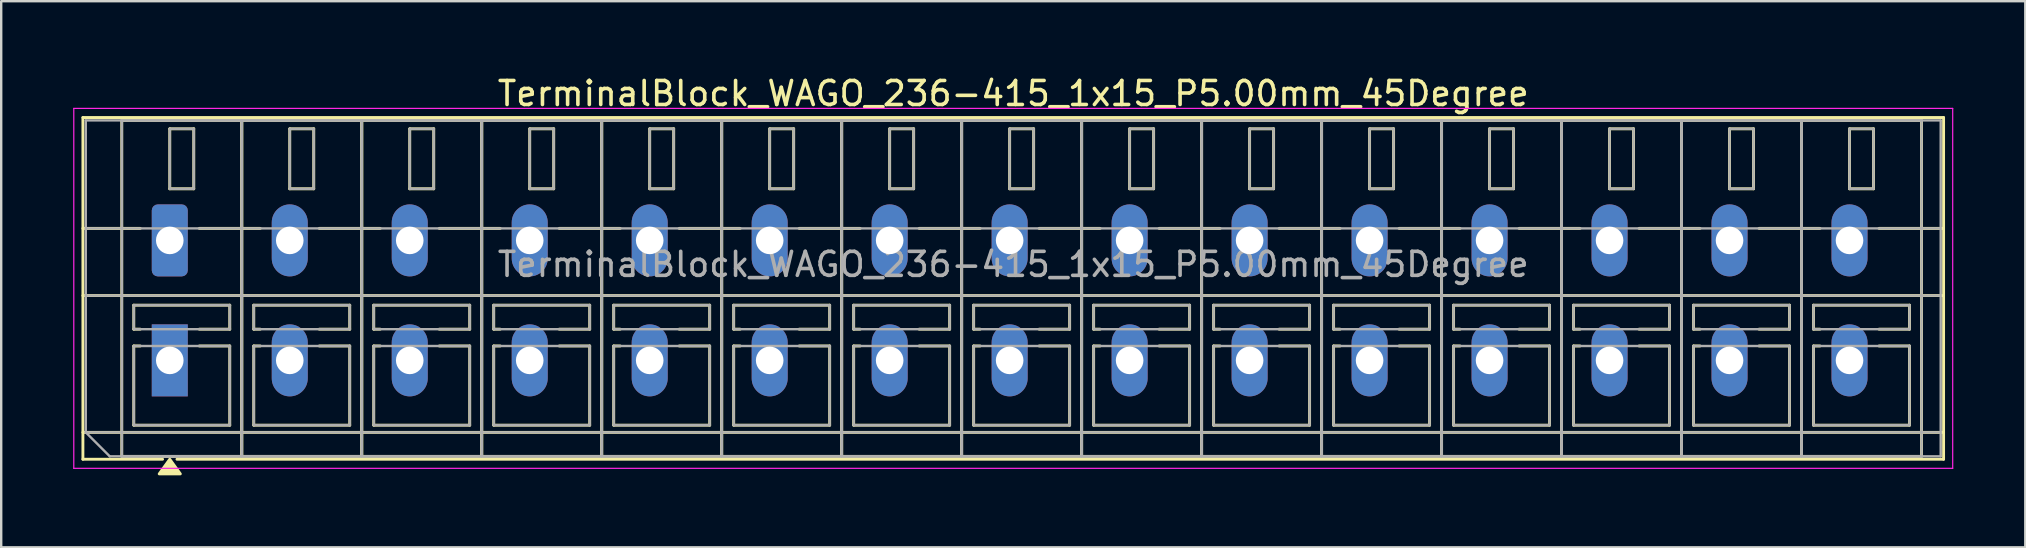
<source format=kicad_pcb>
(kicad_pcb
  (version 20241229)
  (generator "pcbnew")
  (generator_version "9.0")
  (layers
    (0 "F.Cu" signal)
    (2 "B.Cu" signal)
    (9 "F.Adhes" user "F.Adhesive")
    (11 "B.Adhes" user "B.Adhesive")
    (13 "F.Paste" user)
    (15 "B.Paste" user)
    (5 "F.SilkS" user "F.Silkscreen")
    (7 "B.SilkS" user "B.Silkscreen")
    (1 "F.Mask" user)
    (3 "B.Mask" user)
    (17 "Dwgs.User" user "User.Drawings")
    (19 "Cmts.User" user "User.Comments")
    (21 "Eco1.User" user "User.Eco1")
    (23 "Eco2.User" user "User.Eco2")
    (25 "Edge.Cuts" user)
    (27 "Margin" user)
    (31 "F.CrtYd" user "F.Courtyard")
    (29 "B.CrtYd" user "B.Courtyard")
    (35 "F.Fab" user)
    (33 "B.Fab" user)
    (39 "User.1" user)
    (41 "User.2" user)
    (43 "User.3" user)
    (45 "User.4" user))
  (footprint "TerminalBlock_WAGO_236-415_1x15_P5.00mm_45Degree"
    (layer "F.Cu")
    (at 4.025 6.968)
    (property "Reference" "TerminalBlock_WAGO_236-415_1x15_P5.00mm_45Degree" (at 35.15 -6.12 0) (layer "F.SilkS") (effects (font (size 1 1) (thickness 0.15))))
    (attr through_hole)
    (fp_line (start -3.62 -5.12) (end -3.62 9.12) (stroke (width 0.12) (type solid)) (layer "F.SilkS"))
    (fp_line (start -3.62 -5.12) (end 73.92 -5.12) (stroke (width 0.12) (type solid)) (layer "F.SilkS"))
    (fp_line (start -3.62 -0.5) (end -1.23 -0.5) (stroke (width 0.12) (type solid)) (layer "F.SilkS"))
    (fp_line (start -3.62 2.3) (end 73.92 2.3) (stroke (width 0.12) (type solid)) (layer "F.SilkS"))
    (fp_line (start -3.62 8) (end 73.92 8) (stroke (width 0.12) (type solid)) (layer "F.SilkS"))
    (fp_line (start -3.62 9.12) (end -0.3 9.12) (stroke (width 0.12) (type solid)) (layer "F.SilkS"))
    (fp_line (start -2 -5) (end -2 9) (stroke (width 0.12) (type solid)) (layer "F.SilkS"))
    (fp_line (start -2 -5) (end 3 -5) (stroke (width 0.12) (type solid)) (layer "F.SilkS"))
    (fp_line (start -2 9) (end 3 9) (stroke (width 0.12) (type solid)) (layer "F.SilkS"))
    (fp_line (start -1.5 2.7) (end -1.5 3.7) (stroke (width 0.12) (type solid)) (layer "F.SilkS"))
    (fp_line (start -1.5 2.7) (end 2.5 2.7) (stroke (width 0.12) (type solid)) (layer "F.SilkS"))
    (fp_line (start -1.5 3.7) (end -1.23 3.7) (stroke (width 0.12) (type solid)) (layer "F.SilkS"))
    (fp_line (start -1.5 4.4) (end -1.5 7.7) (stroke (width 0.12) (type solid)) (layer "F.SilkS"))
    (fp_line (start -1.5 4.4) (end -1.23 4.4) (stroke (width 0.12) (type solid)) (layer "F.SilkS"))
    (fp_line (start -1.5 7.7) (end 2.5 7.7) (stroke (width 0.12) (type solid)) (layer "F.SilkS"))
    (fp_line (start 0 -4.65) (end 0 -2.15) (stroke (width 0.12) (type solid)) (layer "F.SilkS"))
    (fp_line (start 0 -4.65) (end 1 -4.65) (stroke (width 0.12) (type solid)) (layer "F.SilkS"))
    (fp_line (start 0 -2.15) (end 1 -2.15) (stroke (width 0.12) (type solid)) (layer "F.SilkS"))
    (fp_line (start 0.3 9.12) (end 73.92 9.12) (stroke (width 0.12) (type solid)) (layer "F.SilkS"))
    (fp_line (start 1 -4.65) (end 1 -2.15) (stroke (width 0.12) (type solid)) (layer "F.SilkS"))
    (fp_line (start 1.23 -0.5) (end 3.77 -0.5) (stroke (width 0.12) (type solid)) (layer "F.SilkS"))
    (fp_line (start 1.23 3.7) (end 2.5 3.7) (stroke (width 0.12) (type solid)) (layer "F.SilkS"))
    (fp_line (start 1.23 4.4) (end 2.5 4.4) (stroke (width 0.12) (type solid)) (layer "F.SilkS"))
    (fp_line (start 2.5 2.7) (end 2.5 3.7) (stroke (width 0.12) (type solid)) (layer "F.SilkS"))
    (fp_line (start 2.5 4.4) (end 2.5 7.7) (stroke (width 0.12) (type solid)) (layer "F.SilkS"))
    (fp_line (start 3 -5) (end 3 9) (stroke (width 0.12) (type solid)) (layer "F.SilkS"))
    (fp_line (start 3 -5) (end 3 9) (stroke (width 0.12) (type solid)) (layer "F.SilkS"))
    (fp_line (start 3 -5) (end 8 -5) (stroke (width 0.12) (type solid)) (layer "F.SilkS"))
    (fp_line (start 3 9) (end 8 9) (stroke (width 0.12) (type solid)) (layer "F.SilkS"))
    (fp_line (start 3.5 2.7) (end 3.5 3.7) (stroke (width 0.12) (type solid)) (layer "F.SilkS"))
    (fp_line (start 3.5 2.7) (end 7.5 2.7) (stroke (width 0.12) (type solid)) (layer "F.SilkS"))
    (fp_line (start 3.5 3.7) (end 3.77 3.7) (stroke (width 0.12) (type solid)) (layer "F.SilkS"))
    (fp_line (start 3.5 4.4) (end 3.5 7.7) (stroke (width 0.12) (type solid)) (layer "F.SilkS"))
    (fp_line (start 3.5 4.4) (end 3.77 4.4) (stroke (width 0.12) (type solid)) (layer "F.SilkS"))
    (fp_line (start 3.5 7.7) (end 7.5 7.7) (stroke (width 0.12) (type solid)) (layer "F.SilkS"))
    (fp_line (start 5 -4.65) (end 5 -2.15) (stroke (width 0.12) (type solid)) (layer "F.SilkS"))
    (fp_line (start 5 -4.65) (end 6 -4.65) (stroke (width 0.12) (type solid)) (layer "F.SilkS"))
    (fp_line (start 5 -2.15) (end 6 -2.15) (stroke (width 0.12) (type solid)) (layer "F.SilkS"))
    (fp_line (start 6 -4.65) (end 6 -2.15) (stroke (width 0.12) (type solid)) (layer "F.SilkS"))
    (fp_line (start 6.23 -0.5) (end 8.77 -0.5) (stroke (width 0.12) (type solid)) (layer "F.SilkS"))
    (fp_line (start 6.23 3.7) (end 7.5 3.7) (stroke (width 0.12) (type solid)) (layer "F.SilkS"))
    (fp_line (start 6.23 4.4) (end 7.5 4.4) (stroke (width 0.12) (type solid)) (layer "F.SilkS"))
    (fp_line (start 7.5 2.7) (end 7.5 3.7) (stroke (width 0.12) (type solid)) (layer "F.SilkS"))
    (fp_line (start 7.5 4.4) (end 7.5 7.7) (stroke (width 0.12) (type solid)) (layer "F.SilkS"))
    (fp_line (start 8 -5) (end 8 9) (stroke (width 0.12) (type solid)) (layer "F.SilkS"))
    (fp_line (start 8 -5) (end 8 9) (stroke (width 0.12) (type solid)) (layer "F.SilkS"))
    (fp_line (start 8 -5) (end 13 -5) (stroke (width 0.12) (type solid)) (layer "F.SilkS"))
    (fp_line (start 8 9) (end 13 9) (stroke (width 0.12) (type solid)) (layer "F.SilkS"))
    (fp_line (start 8.5 2.7) (end 8.5 3.7) (stroke (width 0.12) (type solid)) (layer "F.SilkS"))
    (fp_line (start 8.5 2.7) (end 12.5 2.7) (stroke (width 0.12) (type solid)) (layer "F.SilkS"))
    (fp_line (start 8.5 3.7) (end 8.77 3.7) (stroke (width 0.12) (type solid)) (layer "F.SilkS"))
    (fp_line (start 8.5 4.4) (end 8.5 7.7) (stroke (width 0.12) (type solid)) (layer "F.SilkS"))
    (fp_line (start 8.5 4.4) (end 8.77 4.4) (stroke (width 0.12) (type solid)) (layer "F.SilkS"))
    (fp_line (start 8.5 7.7) (end 12.5 7.7) (stroke (width 0.12) (type solid)) (layer "F.SilkS"))
    (fp_line (start 10 -4.65) (end 10 -2.15) (stroke (width 0.12) (type solid)) (layer "F.SilkS"))
    (fp_line (start 10 -4.65) (end 11 -4.65) (stroke (width 0.12) (type solid)) (layer "F.SilkS"))
    (fp_line (start 10 -2.15) (end 11 -2.15) (stroke (width 0.12) (type solid)) (layer "F.SilkS"))
    (fp_line (start 11 -4.65) (end 11 -2.15) (stroke (width 0.12) (type solid)) (layer "F.SilkS"))
    (fp_line (start 11.23 -0.5) (end 13.77 -0.5) (stroke (width 0.12) (type solid)) (layer "F.SilkS"))
    (fp_line (start 11.23 3.7) (end 12.5 3.7) (stroke (width 0.12) (type solid)) (layer "F.SilkS"))
    (fp_line (start 11.23 4.4) (end 12.5 4.4) (stroke (width 0.12) (type solid)) (layer "F.SilkS"))
    (fp_line (start 12.5 2.7) (end 12.5 3.7) (stroke (width 0.12) (type solid)) (layer "F.SilkS"))
    (fp_line (start 12.5 4.4) (end 12.5 7.7) (stroke (width 0.12) (type solid)) (layer "F.SilkS"))
    (fp_line (start 13 -5) (end 13 9) (stroke (width 0.12) (type solid)) (layer "F.SilkS"))
    (fp_line (start 13 -5) (end 13 9) (stroke (width 0.12) (type solid)) (layer "F.SilkS"))
    (fp_line (start 13 -5) (end 18 -5) (stroke (width 0.12) (type solid)) (layer "F.SilkS"))
    (fp_line (start 13 9) (end 18 9) (stroke (width 0.12) (type solid)) (layer "F.SilkS"))
    (fp_line (start 13.5 2.7) (end 13.5 3.7) (stroke (width 0.12) (type solid)) (layer "F.SilkS"))
    (fp_line (start 13.5 2.7) (end 17.5 2.7) (stroke (width 0.12) (type solid)) (layer "F.SilkS"))
    (fp_line (start 13.5 3.7) (end 13.77 3.7) (stroke (width 0.12) (type solid)) (layer "F.SilkS"))
    (fp_line (start 13.5 4.4) (end 13.5 7.7) (stroke (width 0.12) (type solid)) (layer "F.SilkS"))
    (fp_line (start 13.5 4.4) (end 13.77 4.4) (stroke (width 0.12) (type solid)) (layer "F.SilkS"))
    (fp_line (start 13.5 7.7) (end 17.5 7.7) (stroke (width 0.12) (type solid)) (layer "F.SilkS"))
    (fp_line (start 15 -4.65) (end 15 -2.15) (stroke (width 0.12) (type solid)) (layer "F.SilkS"))
    (fp_line (start 15 -4.65) (end 16 -4.65) (stroke (width 0.12) (type solid)) (layer "F.SilkS"))
    (fp_line (start 15 -2.15) (end 16 -2.15) (stroke (width 0.12) (type solid)) (layer "F.SilkS"))
    (fp_line (start 16 -4.65) (end 16 -2.15) (stroke (width 0.12) (type solid)) (layer "F.SilkS"))
    (fp_line (start 16.23 -0.5) (end 18.77 -0.5) (stroke (width 0.12) (type solid)) (layer "F.SilkS"))
    (fp_line (start 16.23 3.7) (end 17.5 3.7) (stroke (width 0.12) (type solid)) (layer "F.SilkS"))
    (fp_line (start 16.23 4.4) (end 17.5 4.4) (stroke (width 0.12) (type solid)) (layer "F.SilkS"))
    (fp_line (start 17.5 2.7) (end 17.5 3.7) (stroke (width 0.12) (type solid)) (layer "F.SilkS"))
    (fp_line (start 17.5 4.4) (end 17.5 7.7) (stroke (width 0.12) (type solid)) (layer "F.SilkS"))
    (fp_line (start 18 -5) (end 18 9) (stroke (width 0.12) (type solid)) (layer "F.SilkS"))
    (fp_line (start 18 -5) (end 18 9) (stroke (width 0.12) (type solid)) (layer "F.SilkS"))
    (fp_line (start 18 -5) (end 23 -5) (stroke (width 0.12) (type solid)) (layer "F.SilkS"))
    (fp_line (start 18 9) (end 23 9) (stroke (width 0.12) (type solid)) (layer "F.SilkS"))
    (fp_line (start 18.5 2.7) (end 18.5 3.7) (stroke (width 0.12) (type solid)) (layer "F.SilkS"))
    (fp_line (start 18.5 2.7) (end 22.5 2.7) (stroke (width 0.12) (type solid)) (layer "F.SilkS"))
    (fp_line (start 18.5 3.7) (end 18.77 3.7) (stroke (width 0.12) (type solid)) (layer "F.SilkS"))
    (fp_line (start 18.5 4.4) (end 18.5 7.7) (stroke (width 0.12) (type solid)) (layer "F.SilkS"))
    (fp_line (start 18.5 4.4) (end 18.77 4.4) (stroke (width 0.12) (type solid)) (layer "F.SilkS"))
    (fp_line (start 18.5 7.7) (end 22.5 7.7) (stroke (width 0.12) (type solid)) (layer "F.SilkS"))
    (fp_line (start 20 -4.65) (end 20 -2.15) (stroke (width 0.12) (type solid)) (layer "F.SilkS"))
    (fp_line (start 20 -4.65) (end 21 -4.65) (stroke (width 0.12) (type solid)) (layer "F.SilkS"))
    (fp_line (start 20 -2.15) (end 21 -2.15) (stroke (width 0.12) (type solid)) (layer "F.SilkS"))
    (fp_line (start 21 -4.65) (end 21 -2.15) (stroke (width 0.12) (type solid)) (layer "F.SilkS"))
    (fp_line (start 21.23 -0.5) (end 23.77 -0.5) (stroke (width 0.12) (type solid)) (layer "F.SilkS"))
    (fp_line (start 21.23 3.7) (end 22.5 3.7) (stroke (width 0.12) (type solid)) (layer "F.SilkS"))
    (fp_line (start 21.23 4.4) (end 22.5 4.4) (stroke (width 0.12) (type solid)) (layer "F.SilkS"))
    (fp_line (start 22.5 2.7) (end 22.5 3.7) (stroke (width 0.12) (type solid)) (layer "F.SilkS"))
    (fp_line (start 22.5 4.4) (end 22.5 7.7) (stroke (width 0.12) (type solid)) (layer "F.SilkS"))
    (fp_line (start 23 -5) (end 23 9) (stroke (width 0.12) (type solid)) (layer "F.SilkS"))
    (fp_line (start 23 -5) (end 23 9) (stroke (width 0.12) (type solid)) (layer "F.SilkS"))
    (fp_line (start 23 -5) (end 28 -5) (stroke (width 0.12) (type solid)) (layer "F.SilkS"))
    (fp_line (start 23 9) (end 28 9) (stroke (width 0.12) (type solid)) (layer "F.SilkS"))
    (fp_line (start 23.5 2.7) (end 23.5 3.7) (stroke (width 0.12) (type solid)) (layer "F.SilkS"))
    (fp_line (start 23.5 2.7) (end 27.5 2.7) (stroke (width 0.12) (type solid)) (layer "F.SilkS"))
    (fp_line (start 23.5 3.7) (end 23.77 3.7) (stroke (width 0.12) (type solid)) (layer "F.SilkS"))
    (fp_line (start 23.5 4.4) (end 23.5 7.7) (stroke (width 0.12) (type solid)) (layer "F.SilkS"))
    (fp_line (start 23.5 4.4) (end 23.77 4.4) (stroke (width 0.12) (type solid)) (layer "F.SilkS"))
    (fp_line (start 23.5 7.7) (end 27.5 7.7) (stroke (width 0.12) (type solid)) (layer "F.SilkS"))
    (fp_line (start 25 -4.65) (end 25 -2.15) (stroke (width 0.12) (type solid)) (layer "F.SilkS"))
    (fp_line (start 25 -4.65) (end 26 -4.65) (stroke (width 0.12) (type solid)) (layer "F.SilkS"))
    (fp_line (start 25 -2.15) (end 26 -2.15) (stroke (width 0.12) (type solid)) (layer "F.SilkS"))
    (fp_line (start 26 -4.65) (end 26 -2.15) (stroke (width 0.12) (type solid)) (layer "F.SilkS"))
    (fp_line (start 26.23 -0.5) (end 28.77 -0.5) (stroke (width 0.12) (type solid)) (layer "F.SilkS"))
    (fp_line (start 26.23 3.7) (end 27.5 3.7) (stroke (width 0.12) (type solid)) (layer "F.SilkS"))
    (fp_line (start 26.23 4.4) (end 27.5 4.4) (stroke (width 0.12) (type solid)) (layer "F.SilkS"))
    (fp_line (start 27.5 2.7) (end 27.5 3.7) (stroke (width 0.12) (type solid)) (layer "F.SilkS"))
    (fp_line (start 27.5 4.4) (end 27.5 7.7) (stroke (width 0.12) (type solid)) (layer "F.SilkS"))
    (fp_line (start 28 -5) (end 28 9) (stroke (width 0.12) (type solid)) (layer "F.SilkS"))
    (fp_line (start 28 -5) (end 28 9) (stroke (width 0.12) (type solid)) (layer "F.SilkS"))
    (fp_line (start 28 -5) (end 33 -5) (stroke (width 0.12) (type solid)) (layer "F.SilkS"))
    (fp_line (start 28 9) (end 33 9) (stroke (width 0.12) (type solid)) (layer "F.SilkS"))
    (fp_line (start 28.5 2.7) (end 28.5 3.7) (stroke (width 0.12) (type solid)) (layer "F.SilkS"))
    (fp_line (start 28.5 2.7) (end 32.5 2.7) (stroke (width 0.12) (type solid)) (layer "F.SilkS"))
    (fp_line (start 28.5 3.7) (end 28.77 3.7) (stroke (width 0.12) (type solid)) (layer "F.SilkS"))
    (fp_line (start 28.5 4.4) (end 28.5 7.7) (stroke (width 0.12) (type solid)) (layer "F.SilkS"))
    (fp_line (start 28.5 4.4) (end 28.77 4.4) (stroke (width 0.12) (type solid)) (layer "F.SilkS"))
    (fp_line (start 28.5 7.7) (end 32.5 7.7) (stroke (width 0.12) (type solid)) (layer "F.SilkS"))
    (fp_line (start 30 -4.65) (end 30 -2.15) (stroke (width 0.12) (type solid)) (layer "F.SilkS"))
    (fp_line (start 30 -4.65) (end 31 -4.65) (stroke (width 0.12) (type solid)) (layer "F.SilkS"))
    (fp_line (start 30 -2.15) (end 31 -2.15) (stroke (width 0.12) (type solid)) (layer "F.SilkS"))
    (fp_line (start 31 -4.65) (end 31 -2.15) (stroke (width 0.12) (type solid)) (layer "F.SilkS"))
    (fp_line (start 31.23 -0.5) (end 33.77 -0.5) (stroke (width 0.12) (type solid)) (layer "F.SilkS"))
    (fp_line (start 31.23 3.7) (end 32.5 3.7) (stroke (width 0.12) (type solid)) (layer "F.SilkS"))
    (fp_line (start 31.23 4.4) (end 32.5 4.4) (stroke (width 0.12) (type solid)) (layer "F.SilkS"))
    (fp_line (start 32.5 2.7) (end 32.5 3.7) (stroke (width 0.12) (type solid)) (layer "F.SilkS"))
    (fp_line (start 32.5 4.4) (end 32.5 7.7) (stroke (width 0.12) (type solid)) (layer "F.SilkS"))
    (fp_line (start 33 -5) (end 33 9) (stroke (width 0.12) (type solid)) (layer "F.SilkS"))
    (fp_line (start 33 -5) (end 33 9) (stroke (width 0.12) (type solid)) (layer "F.SilkS"))
    (fp_line (start 33 -5) (end 38 -5) (stroke (width 0.12) (type solid)) (layer "F.SilkS"))
    (fp_line (start 33 9) (end 38 9) (stroke (width 0.12) (type solid)) (layer "F.SilkS"))
    (fp_line (start 33.5 2.7) (end 33.5 3.7) (stroke (width 0.12) (type solid)) (layer "F.SilkS"))
    (fp_line (start 33.5 2.7) (end 37.5 2.7) (stroke (width 0.12) (type solid)) (layer "F.SilkS"))
    (fp_line (start 33.5 3.7) (end 33.77 3.7) (stroke (width 0.12) (type solid)) (layer "F.SilkS"))
    (fp_line (start 33.5 4.4) (end 33.5 7.7) (stroke (width 0.12) (type solid)) (layer "F.SilkS"))
    (fp_line (start 33.5 4.4) (end 33.77 4.4) (stroke (width 0.12) (type solid)) (layer "F.SilkS"))
    (fp_line (start 33.5 7.7) (end 37.5 7.7) (stroke (width 0.12) (type solid)) (layer "F.SilkS"))
    (fp_line (start 35 -4.65) (end 35 -2.15) (stroke (width 0.12) (type solid)) (layer "F.SilkS"))
    (fp_line (start 35 -4.65) (end 36 -4.65) (stroke (width 0.12) (type solid)) (layer "F.SilkS"))
    (fp_line (start 35 -2.15) (end 36 -2.15) (stroke (width 0.12) (type solid)) (layer "F.SilkS"))
    (fp_line (start 36 -4.65) (end 36 -2.15) (stroke (width 0.12) (type solid)) (layer "F.SilkS"))
    (fp_line (start 36.23 -0.5) (end 38.77 -0.5) (stroke (width 0.12) (type solid)) (layer "F.SilkS"))
    (fp_line (start 36.23 3.7) (end 37.5 3.7) (stroke (width 0.12) (type solid)) (layer "F.SilkS"))
    (fp_line (start 36.23 4.4) (end 37.5 4.4) (stroke (width 0.12) (type solid)) (layer "F.SilkS"))
    (fp_line (start 37.5 2.7) (end 37.5 3.7) (stroke (width 0.12) (type solid)) (layer "F.SilkS"))
    (fp_line (start 37.5 4.4) (end 37.5 7.7) (stroke (width 0.12) (type solid)) (layer "F.SilkS"))
    (fp_line (start 38 -5) (end 38 9) (stroke (width 0.12) (type solid)) (layer "F.SilkS"))
    (fp_line (start 38 -5) (end 38 9) (stroke (width 0.12) (type solid)) (layer "F.SilkS"))
    (fp_line (start 38 -5) (end 43 -5) (stroke (width 0.12) (type solid)) (layer "F.SilkS"))
    (fp_line (start 38 9) (end 43 9) (stroke (width 0.12) (type solid)) (layer "F.SilkS"))
    (fp_line (start 38.5 2.7) (end 38.5 3.7) (stroke (width 0.12) (type solid)) (layer "F.SilkS"))
    (fp_line (start 38.5 2.7) (end 42.5 2.7) (stroke (width 0.12) (type solid)) (layer "F.SilkS"))
    (fp_line (start 38.5 3.7) (end 38.77 3.7) (stroke (width 0.12) (type solid)) (layer "F.SilkS"))
    (fp_line (start 38.5 4.4) (end 38.5 7.7) (stroke (width 0.12) (type solid)) (layer "F.SilkS"))
    (fp_line (start 38.5 4.4) (end 38.77 4.4) (stroke (width 0.12) (type solid)) (layer "F.SilkS"))
    (fp_line (start 38.5 7.7) (end 42.5 7.7) (stroke (width 0.12) (type solid)) (layer "F.SilkS"))
    (fp_line (start 40 -4.65) (end 40 -2.15) (stroke (width 0.12) (type solid)) (layer "F.SilkS"))
    (fp_line (start 40 -4.65) (end 41 -4.65) (stroke (width 0.12) (type solid)) (layer "F.SilkS"))
    (fp_line (start 40 -2.15) (end 41 -2.15) (stroke (width 0.12) (type solid)) (layer "F.SilkS"))
    (fp_line (start 41 -4.65) (end 41 -2.15) (stroke (width 0.12) (type solid)) (layer "F.SilkS"))
    (fp_line (start 41.23 -0.5) (end 43.77 -0.5) (stroke (width 0.12) (type solid)) (layer "F.SilkS"))
    (fp_line (start 41.23 3.7) (end 42.5 3.7) (stroke (width 0.12) (type solid)) (layer "F.SilkS"))
    (fp_line (start 41.23 4.4) (end 42.5 4.4) (stroke (width 0.12) (type solid)) (layer "F.SilkS"))
    (fp_line (start 42.5 2.7) (end 42.5 3.7) (stroke (width 0.12) (type solid)) (layer "F.SilkS"))
    (fp_line (start 42.5 4.4) (end 42.5 7.7) (stroke (width 0.12) (type solid)) (layer "F.SilkS"))
    (fp_line (start 43 -5) (end 43 9) (stroke (width 0.12) (type solid)) (layer "F.SilkS"))
    (fp_line (start 43 -5) (end 43 9) (stroke (width 0.12) (type solid)) (layer "F.SilkS"))
    (fp_line (start 43 -5) (end 48 -5) (stroke (width 0.12) (type solid)) (layer "F.SilkS"))
    (fp_line (start 43 9) (end 48 9) (stroke (width 0.12) (type solid)) (layer "F.SilkS"))
    (fp_line (start 43.5 2.7) (end 43.5 3.7) (stroke (width 0.12) (type solid)) (layer "F.SilkS"))
    (fp_line (start 43.5 2.7) (end 47.5 2.7) (stroke (width 0.12) (type solid)) (layer "F.SilkS"))
    (fp_line (start 43.5 3.7) (end 43.77 3.7) (stroke (width 0.12) (type solid)) (layer "F.SilkS"))
    (fp_line (start 43.5 4.4) (end 43.5 7.7) (stroke (width 0.12) (type solid)) (layer "F.SilkS"))
    (fp_line (start 43.5 4.4) (end 43.77 4.4) (stroke (width 0.12) (type solid)) (layer "F.SilkS"))
    (fp_line (start 43.5 7.7) (end 47.5 7.7) (stroke (width 0.12) (type solid)) (layer "F.SilkS"))
    (fp_line (start 45 -4.65) (end 45 -2.15) (stroke (width 0.12) (type solid)) (layer "F.SilkS"))
    (fp_line (start 45 -4.65) (end 46 -4.65) (stroke (width 0.12) (type solid)) (layer "F.SilkS"))
    (fp_line (start 45 -2.15) (end 46 -2.15) (stroke (width 0.12) (type solid)) (layer "F.SilkS"))
    (fp_line (start 46 -4.65) (end 46 -2.15) (stroke (width 0.12) (type solid)) (layer "F.SilkS"))
    (fp_line (start 46.23 -0.5) (end 48.77 -0.5) (stroke (width 0.12) (type solid)) (layer "F.SilkS"))
    (fp_line (start 46.23 3.7) (end 47.5 3.7) (stroke (width 0.12) (type solid)) (layer "F.SilkS"))
    (fp_line (start 46.23 4.4) (end 47.5 4.4) (stroke (width 0.12) (type solid)) (layer "F.SilkS"))
    (fp_line (start 47.5 2.7) (end 47.5 3.7) (stroke (width 0.12) (type solid)) (layer "F.SilkS"))
    (fp_line (start 47.5 4.4) (end 47.5 7.7) (stroke (width 0.12) (type solid)) (layer "F.SilkS"))
    (fp_line (start 48 -5) (end 48 9) (stroke (width 0.12) (type solid)) (layer "F.SilkS"))
    (fp_line (start 48 -5) (end 48 9) (stroke (width 0.12) (type solid)) (layer "F.SilkS"))
    (fp_line (start 48 -5) (end 53 -5) (stroke (width 0.12) (type solid)) (layer "F.SilkS"))
    (fp_line (start 48 9) (end 53 9) (stroke (width 0.12) (type solid)) (layer "F.SilkS"))
    (fp_line (start 48.5 2.7) (end 48.5 3.7) (stroke (width 0.12) (type solid)) (layer "F.SilkS"))
    (fp_line (start 48.5 2.7) (end 52.5 2.7) (stroke (width 0.12) (type solid)) (layer "F.SilkS"))
    (fp_line (start 48.5 3.7) (end 48.77 3.7) (stroke (width 0.12) (type solid)) (layer "F.SilkS"))
    (fp_line (start 48.5 4.4) (end 48.5 7.7) (stroke (width 0.12) (type solid)) (layer "F.SilkS"))
    (fp_line (start 48.5 4.4) (end 48.77 4.4) (stroke (width 0.12) (type solid)) (layer "F.SilkS"))
    (fp_line (start 48.5 7.7) (end 52.5 7.7) (stroke (width 0.12) (type solid)) (layer "F.SilkS"))
    (fp_line (start 50 -4.65) (end 50 -2.15) (stroke (width 0.12) (type solid)) (layer "F.SilkS"))
    (fp_line (start 50 -4.65) (end 51 -4.65) (stroke (width 0.12) (type solid)) (layer "F.SilkS"))
    (fp_line (start 50 -2.15) (end 51 -2.15) (stroke (width 0.12) (type solid)) (layer "F.SilkS"))
    (fp_line (start 51 -4.65) (end 51 -2.15) (stroke (width 0.12) (type solid)) (layer "F.SilkS"))
    (fp_line (start 51.23 -0.5) (end 53.77 -0.5) (stroke (width 0.12) (type solid)) (layer "F.SilkS"))
    (fp_line (start 51.23 3.7) (end 52.5 3.7) (stroke (width 0.12) (type solid)) (layer "F.SilkS"))
    (fp_line (start 51.23 4.4) (end 52.5 4.4) (stroke (width 0.12) (type solid)) (layer "F.SilkS"))
    (fp_line (start 52.5 2.7) (end 52.5 3.7) (stroke (width 0.12) (type solid)) (layer "F.SilkS"))
    (fp_line (start 52.5 4.4) (end 52.5 7.7) (stroke (width 0.12) (type solid)) (layer "F.SilkS"))
    (fp_line (start 53 -5) (end 53 9) (stroke (width 0.12) (type solid)) (layer "F.SilkS"))
    (fp_line (start 53 -5) (end 53 9) (stroke (width 0.12) (type solid)) (layer "F.SilkS"))
    (fp_line (start 53 -5) (end 58 -5) (stroke (width 0.12) (type solid)) (layer "F.SilkS"))
    (fp_line (start 53 9) (end 58 9) (stroke (width 0.12) (type solid)) (layer "F.SilkS"))
    (fp_line (start 53.5 2.7) (end 53.5 3.7) (stroke (width 0.12) (type solid)) (layer "F.SilkS"))
    (fp_line (start 53.5 2.7) (end 57.5 2.7) (stroke (width 0.12) (type solid)) (layer "F.SilkS"))
    (fp_line (start 53.5 3.7) (end 53.77 3.7) (stroke (width 0.12) (type solid)) (layer "F.SilkS"))
    (fp_line (start 53.5 4.4) (end 53.5 7.7) (stroke (width 0.12) (type solid)) (layer "F.SilkS"))
    (fp_line (start 53.5 4.4) (end 53.77 4.4) (stroke (width 0.12) (type solid)) (layer "F.SilkS"))
    (fp_line (start 53.5 7.7) (end 57.5 7.7) (stroke (width 0.12) (type solid)) (layer "F.SilkS"))
    (fp_line (start 55 -4.65) (end 55 -2.15) (stroke (width 0.12) (type solid)) (layer "F.SilkS"))
    (fp_line (start 55 -4.65) (end 56 -4.65) (stroke (width 0.12) (type solid)) (layer "F.SilkS"))
    (fp_line (start 55 -2.15) (end 56 -2.15) (stroke (width 0.12) (type solid)) (layer "F.SilkS"))
    (fp_line (start 56 -4.65) (end 56 -2.15) (stroke (width 0.12) (type solid)) (layer "F.SilkS"))
    (fp_line (start 56.23 -0.5) (end 58.77 -0.5) (stroke (width 0.12) (type solid)) (layer "F.SilkS"))
    (fp_line (start 56.23 3.7) (end 57.5 3.7) (stroke (width 0.12) (type solid)) (layer "F.SilkS"))
    (fp_line (start 56.23 4.4) (end 57.5 4.4) (stroke (width 0.12) (type solid)) (layer "F.SilkS"))
    (fp_line (start 57.5 2.7) (end 57.5 3.7) (stroke (width 0.12) (type solid)) (layer "F.SilkS"))
    (fp_line (start 57.5 4.4) (end 57.5 7.7) (stroke (width 0.12) (type solid)) (layer "F.SilkS"))
    (fp_line (start 58 -5) (end 58 9) (stroke (width 0.12) (type solid)) (layer "F.SilkS"))
    (fp_line (start 58 -5) (end 58 9) (stroke (width 0.12) (type solid)) (layer "F.SilkS"))
    (fp_line (start 58 -5) (end 63 -5) (stroke (width 0.12) (type solid)) (layer "F.SilkS"))
    (fp_line (start 58 9) (end 63 9) (stroke (width 0.12) (type solid)) (layer "F.SilkS"))
    (fp_line (start 58.5 2.7) (end 58.5 3.7) (stroke (width 0.12) (type solid)) (layer "F.SilkS"))
    (fp_line (start 58.5 2.7) (end 62.5 2.7) (stroke (width 0.12) (type solid)) (layer "F.SilkS"))
    (fp_line (start 58.5 3.7) (end 58.77 3.7) (stroke (width 0.12) (type solid)) (layer "F.SilkS"))
    (fp_line (start 58.5 4.4) (end 58.5 7.7) (stroke (width 0.12) (type solid)) (layer "F.SilkS"))
    (fp_line (start 58.5 4.4) (end 58.77 4.4) (stroke (width 0.12) (type solid)) (layer "F.SilkS"))
    (fp_line (start 58.5 7.7) (end 62.5 7.7) (stroke (width 0.12) (type solid)) (layer "F.SilkS"))
    (fp_line (start 60 -4.65) (end 60 -2.15) (stroke (width 0.12) (type solid)) (layer "F.SilkS"))
    (fp_line (start 60 -4.65) (end 61 -4.65) (stroke (width 0.12) (type solid)) (layer "F.SilkS"))
    (fp_line (start 60 -2.15) (end 61 -2.15) (stroke (width 0.12) (type solid)) (layer "F.SilkS"))
    (fp_line (start 61 -4.65) (end 61 -2.15) (stroke (width 0.12) (type solid)) (layer "F.SilkS"))
    (fp_line (start 61.23 -0.5) (end 63.77 -0.5) (stroke (width 0.12) (type solid)) (layer "F.SilkS"))
    (fp_line (start 61.23 3.7) (end 62.5 3.7) (stroke (width 0.12) (type solid)) (layer "F.SilkS"))
    (fp_line (start 61.23 4.4) (end 62.5 4.4) (stroke (width 0.12) (type solid)) (layer "F.SilkS"))
    (fp_line (start 62.5 2.7) (end 62.5 3.7) (stroke (width 0.12) (type solid)) (layer "F.SilkS"))
    (fp_line (start 62.5 4.4) (end 62.5 7.7) (stroke (width 0.12) (type solid)) (layer "F.SilkS"))
    (fp_line (start 63 -5) (end 63 9) (stroke (width 0.12) (type solid)) (layer "F.SilkS"))
    (fp_line (start 63 -5) (end 63 9) (stroke (width 0.12) (type solid)) (layer "F.SilkS"))
    (fp_line (start 63 -5) (end 68 -5) (stroke (width 0.12) (type solid)) (layer "F.SilkS"))
    (fp_line (start 63 9) (end 68 9) (stroke (width 0.12) (type solid)) (layer "F.SilkS"))
    (fp_line (start 63.5 2.7) (end 63.5 3.7) (stroke (width 0.12) (type solid)) (layer "F.SilkS"))
    (fp_line (start 63.5 2.7) (end 67.5 2.7) (stroke (width 0.12) (type solid)) (layer "F.SilkS"))
    (fp_line (start 63.5 3.7) (end 63.77 3.7) (stroke (width 0.12) (type solid)) (layer "F.SilkS"))
    (fp_line (start 63.5 4.4) (end 63.5 7.7) (stroke (width 0.12) (type solid)) (layer "F.SilkS"))
    (fp_line (start 63.5 4.4) (end 63.77 4.4) (stroke (width 0.12) (type solid)) (layer "F.SilkS"))
    (fp_line (start 63.5 7.7) (end 67.5 7.7) (stroke (width 0.12) (type solid)) (layer "F.SilkS"))
    (fp_line (start 65 -4.65) (end 65 -2.15) (stroke (width 0.12) (type solid)) (layer "F.SilkS"))
    (fp_line (start 65 -4.65) (end 66 -4.65) (stroke (width 0.12) (type solid)) (layer "F.SilkS"))
    (fp_line (start 65 -2.15) (end 66 -2.15) (stroke (width 0.12) (type solid)) (layer "F.SilkS"))
    (fp_line (start 66 -4.65) (end 66 -2.15) (stroke (width 0.12) (type solid)) (layer "F.SilkS"))
    (fp_line (start 66.23 -0.5) (end 68.77 -0.5) (stroke (width 0.12) (type solid)) (layer "F.SilkS"))
    (fp_line (start 66.23 3.7) (end 67.5 3.7) (stroke (width 0.12) (type solid)) (layer "F.SilkS"))
    (fp_line (start 66.23 4.4) (end 67.5 4.4) (stroke (width 0.12) (type solid)) (layer "F.SilkS"))
    (fp_line (start 67.5 2.7) (end 67.5 3.7) (stroke (width 0.12) (type solid)) (layer "F.SilkS"))
    (fp_line (start 67.5 4.4) (end 67.5 7.7) (stroke (width 0.12) (type solid)) (layer "F.SilkS"))
    (fp_line (start 68 -5) (end 68 9) (stroke (width 0.12) (type solid)) (layer "F.SilkS"))
    (fp_line (start 68 -5) (end 68 9) (stroke (width 0.12) (type solid)) (layer "F.SilkS"))
    (fp_line (start 68 -5) (end 73 -5) (stroke (width 0.12) (type solid)) (layer "F.SilkS"))
    (fp_line (start 68 9) (end 73 9) (stroke (width 0.12) (type solid)) (layer "F.SilkS"))
    (fp_line (start 68.5 2.7) (end 68.5 3.7) (stroke (width 0.12) (type solid)) (layer "F.SilkS"))
    (fp_line (start 68.5 2.7) (end 72.5 2.7) (stroke (width 0.12) (type solid)) (layer "F.SilkS"))
    (fp_line (start 68.5 3.7) (end 68.77 3.7) (stroke (width 0.12) (type solid)) (layer "F.SilkS"))
    (fp_line (start 68.5 4.4) (end 68.5 7.7) (stroke (width 0.12) (type solid)) (layer "F.SilkS"))
    (fp_line (start 68.5 4.4) (end 68.77 4.4) (stroke (width 0.12) (type solid)) (layer "F.SilkS"))
    (fp_line (start 68.5 7.7) (end 72.5 7.7) (stroke (width 0.12) (type solid)) (layer "F.SilkS"))
    (fp_line (start 70 -4.65) (end 70 -2.15) (stroke (width 0.12) (type solid)) (layer "F.SilkS"))
    (fp_line (start 70 -4.65) (end 71 -4.65) (stroke (width 0.12) (type solid)) (layer "F.SilkS"))
    (fp_line (start 70 -2.15) (end 71 -2.15) (stroke (width 0.12) (type solid)) (layer "F.SilkS"))
    (fp_line (start 71 -4.65) (end 71 -2.15) (stroke (width 0.12) (type solid)) (layer "F.SilkS"))
    (fp_line (start 71.23 -0.5) (end 73.92 -0.5) (stroke (width 0.12) (type solid)) (layer "F.SilkS"))
    (fp_line (start 71.23 3.7) (end 72.5 3.7) (stroke (width 0.12) (type solid)) (layer "F.SilkS"))
    (fp_line (start 71.23 4.4) (end 72.5 4.4) (stroke (width 0.12) (type solid)) (layer "F.SilkS"))
    (fp_line (start 72.5 2.7) (end 72.5 3.7) (stroke (width 0.12) (type solid)) (layer "F.SilkS"))
    (fp_line (start 72.5 4.4) (end 72.5 7.7) (stroke (width 0.12) (type solid)) (layer "F.SilkS"))
    (fp_line (start 73 -5) (end 73 9) (stroke (width 0.12) (type solid)) (layer "F.SilkS"))
    (fp_line (start 73.92 -5.12) (end 73.92 9.12) (stroke (width 0.12) (type solid)) (layer "F.SilkS"))
    (fp_poly (pts (xy 0 9.12) (xy 0.44 9.73) (xy -0.44 9.73)) (stroke (width 0.12) (type solid)) (fill yes) (layer "F.SilkS"))
    (fp_line (start -4 -5.5) (end -4 9.5) (stroke (width 0.05) (type solid)) (layer "F.CrtYd"))
    (fp_line (start -4 9.5) (end 74.3 9.5) (stroke (width 0.05) (type solid)) (layer "F.CrtYd"))
    (fp_line (start 74.3 -5.5) (end -4 -5.5) (stroke (width 0.05) (type solid)) (layer "F.CrtYd"))
    (fp_line (start 74.3 9.5) (end 74.3 -5.5) (stroke (width 0.05) (type solid)) (layer "F.CrtYd"))
    (fp_line (start -3.5 -5) (end 73.8 -5) (stroke (width 0.1) (type solid)) (layer "F.Fab"))
    (fp_line (start -3.5 -0.5) (end 73.8 -0.5) (stroke (width 0.1) (type solid)) (layer "F.Fab"))
    (fp_line (start -3.5 2.3) (end 73.8 2.3) (stroke (width 0.1) (type solid)) (layer "F.Fab"))
    (fp_line (start -3.5 8) (end -3.5 -5) (stroke (width 0.1) (type solid)) (layer "F.Fab"))
    (fp_line (start -3.5 8) (end 73.8 8) (stroke (width 0.1) (type solid)) (layer "F.Fab"))
    (fp_line (start -2.5 9) (end -3.5 8) (stroke (width 0.1) (type solid)) (layer "F.Fab"))
    (fp_line (start -2 -5) (end -2 9) (stroke (width 0.1) (type solid)) (layer "F.Fab"))
    (fp_line (start -2 9) (end 3 9) (stroke (width 0.1) (type solid)) (layer "F.Fab"))
    (fp_line (start -1.5 2.7) (end -1.5 3.7) (stroke (width 0.1) (type solid)) (layer "F.Fab"))
    (fp_line (start -1.5 3.7) (end 2.5 3.7) (stroke (width 0.1) (type solid)) (layer "F.Fab"))
    (fp_line (start -1.5 4.4) (end -1.5 7.7) (stroke (width 0.1) (type solid)) (layer "F.Fab"))
    (fp_line (start -1.5 7.7) (end 2.5 7.7) (stroke (width 0.1) (type solid)) (layer "F.Fab"))
    (fp_line (start 0 -4.65) (end 0 -2.15) (stroke (width 0.1) (type solid)) (layer "F.Fab"))
    (fp_line (start 0 -2.15) (end 1 -2.15) (stroke (width 0.1) (type solid)) (layer "F.Fab"))
    (fp_line (start 1 -4.65) (end 0 -4.65) (stroke (width 0.1) (type solid)) (layer "F.Fab"))
    (fp_line (start 1 -2.15) (end 1 -4.65) (stroke (width 0.1) (type solid)) (layer "F.Fab"))
    (fp_line (start 2.5 2.7) (end -1.5 2.7) (stroke (width 0.1) (type solid)) (layer "F.Fab"))
    (fp_line (start 2.5 3.7) (end 2.5 2.7) (stroke (width 0.1) (type solid)) (layer "F.Fab"))
    (fp_line (start 2.5 4.4) (end -1.5 4.4) (stroke (width 0.1) (type solid)) (layer "F.Fab"))
    (fp_line (start 2.5 7.7) (end 2.5 4.4) (stroke (width 0.1) (type solid)) (layer "F.Fab"))
    (fp_line (start 3 -5) (end -2 -5) (stroke (width 0.1) (type solid)) (layer "F.Fab"))
    (fp_line (start 3 -5) (end 3 9) (stroke (width 0.1) (type solid)) (layer "F.Fab"))
    (fp_line (start 3 9) (end 3 -5) (stroke (width 0.1) (type solid)) (layer "F.Fab"))
    (fp_line (start 3 9) (end 8 9) (stroke (width 0.1) (type solid)) (layer "F.Fab"))
    (fp_line (start 3.5 2.7) (end 3.5 3.7) (stroke (width 0.1) (type solid)) (layer "F.Fab"))
    (fp_line (start 3.5 3.7) (end 7.5 3.7) (stroke (width 0.1) (type solid)) (layer "F.Fab"))
    (fp_line (start 3.5 4.4) (end 3.5 7.7) (stroke (width 0.1) (type solid)) (layer "F.Fab"))
    (fp_line (start 3.5 7.7) (end 7.5 7.7) (stroke (width 0.1) (type solid)) (layer "F.Fab"))
    (fp_line (start 5 -4.65) (end 5 -2.15) (stroke (width 0.1) (type solid)) (layer "F.Fab"))
    (fp_line (start 5 -2.15) (end 6 -2.15) (stroke (width 0.1) (type solid)) (layer "F.Fab"))
    (fp_line (start 6 -4.65) (end 5 -4.65) (stroke (width 0.1) (type solid)) (layer "F.Fab"))
    (fp_line (start 6 -2.15) (end 6 -4.65) (stroke (width 0.1) (type solid)) (layer "F.Fab"))
    (fp_line (start 7.5 2.7) (end 3.5 2.7) (stroke (width 0.1) (type solid)) (layer "F.Fab"))
    (fp_line (start 7.5 3.7) (end 7.5 2.7) (stroke (width 0.1) (type solid)) (layer "F.Fab"))
    (fp_line (start 7.5 4.4) (end 3.5 4.4) (stroke (width 0.1) (type solid)) (layer "F.Fab"))
    (fp_line (start 7.5 7.7) (end 7.5 4.4) (stroke (width 0.1) (type solid)) (layer "F.Fab"))
    (fp_line (start 8 -5) (end 3 -5) (stroke (width 0.1) (type solid)) (layer "F.Fab"))
    (fp_line (start 8 -5) (end 8 9) (stroke (width 0.1) (type solid)) (layer "F.Fab"))
    (fp_line (start 8 9) (end 8 -5) (stroke (width 0.1) (type solid)) (layer "F.Fab"))
    (fp_line (start 8 9) (end 13 9) (stroke (width 0.1) (type solid)) (layer "F.Fab"))
    (fp_line (start 8.5 2.7) (end 8.5 3.7) (stroke (width 0.1) (type solid)) (layer "F.Fab"))
    (fp_line (start 8.5 3.7) (end 12.5 3.7) (stroke (width 0.1) (type solid)) (layer "F.Fab"))
    (fp_line (start 8.5 4.4) (end 8.5 7.7) (stroke (width 0.1) (type solid)) (layer "F.Fab"))
    (fp_line (start 8.5 7.7) (end 12.5 7.7) (stroke (width 0.1) (type solid)) (layer "F.Fab"))
    (fp_line (start 10 -4.65) (end 10 -2.15) (stroke (width 0.1) (type solid)) (layer "F.Fab"))
    (fp_line (start 10 -2.15) (end 11 -2.15) (stroke (width 0.1) (type solid)) (layer "F.Fab"))
    (fp_line (start 11 -4.65) (end 10 -4.65) (stroke (width 0.1) (type solid)) (layer "F.Fab"))
    (fp_line (start 11 -2.15) (end 11 -4.65) (stroke (width 0.1) (type solid)) (layer "F.Fab"))
    (fp_line (start 12.5 2.7) (end 8.5 2.7) (stroke (width 0.1) (type solid)) (layer "F.Fab"))
    (fp_line (start 12.5 3.7) (end 12.5 2.7) (stroke (width 0.1) (type solid)) (layer "F.Fab"))
    (fp_line (start 12.5 4.4) (end 8.5 4.4) (stroke (width 0.1) (type solid)) (layer "F.Fab"))
    (fp_line (start 12.5 7.7) (end 12.5 4.4) (stroke (width 0.1) (type solid)) (layer "F.Fab"))
    (fp_line (start 13 -5) (end 8 -5) (stroke (width 0.1) (type solid)) (layer "F.Fab"))
    (fp_line (start 13 -5) (end 13 9) (stroke (width 0.1) (type solid)) (layer "F.Fab"))
    (fp_line (start 13 9) (end 13 -5) (stroke (width 0.1) (type solid)) (layer "F.Fab"))
    (fp_line (start 13 9) (end 18 9) (stroke (width 0.1) (type solid)) (layer "F.Fab"))
    (fp_line (start 13.5 2.7) (end 13.5 3.7) (stroke (width 0.1) (type solid)) (layer "F.Fab"))
    (fp_line (start 13.5 3.7) (end 17.5 3.7) (stroke (width 0.1) (type solid)) (layer "F.Fab"))
    (fp_line (start 13.5 4.4) (end 13.5 7.7) (stroke (width 0.1) (type solid)) (layer "F.Fab"))
    (fp_line (start 13.5 7.7) (end 17.5 7.7) (stroke (width 0.1) (type solid)) (layer "F.Fab"))
    (fp_line (start 15 -4.65) (end 15 -2.15) (stroke (width 0.1) (type solid)) (layer "F.Fab"))
    (fp_line (start 15 -2.15) (end 16 -2.15) (stroke (width 0.1) (type solid)) (layer "F.Fab"))
    (fp_line (start 16 -4.65) (end 15 -4.65) (stroke (width 0.1) (type solid)) (layer "F.Fab"))
    (fp_line (start 16 -2.15) (end 16 -4.65) (stroke (width 0.1) (type solid)) (layer "F.Fab"))
    (fp_line (start 17.5 2.7) (end 13.5 2.7) (stroke (width 0.1) (type solid)) (layer "F.Fab"))
    (fp_line (start 17.5 3.7) (end 17.5 2.7) (stroke (width 0.1) (type solid)) (layer "F.Fab"))
    (fp_line (start 17.5 4.4) (end 13.5 4.4) (stroke (width 0.1) (type solid)) (layer "F.Fab"))
    (fp_line (start 17.5 7.7) (end 17.5 4.4) (stroke (width 0.1) (type solid)) (layer "F.Fab"))
    (fp_line (start 18 -5) (end 13 -5) (stroke (width 0.1) (type solid)) (layer "F.Fab"))
    (fp_line (start 18 -5) (end 18 9) (stroke (width 0.1) (type solid)) (layer "F.Fab"))
    (fp_line (start 18 9) (end 18 -5) (stroke (width 0.1) (type solid)) (layer "F.Fab"))
    (fp_line (start 18 9) (end 23 9) (stroke (width 0.1) (type solid)) (layer "F.Fab"))
    (fp_line (start 18.5 2.7) (end 18.5 3.7) (stroke (width 0.1) (type solid)) (layer "F.Fab"))
    (fp_line (start 18.5 3.7) (end 22.5 3.7) (stroke (width 0.1) (type solid)) (layer "F.Fab"))
    (fp_line (start 18.5 4.4) (end 18.5 7.7) (stroke (width 0.1) (type solid)) (layer "F.Fab"))
    (fp_line (start 18.5 7.7) (end 22.5 7.7) (stroke (width 0.1) (type solid)) (layer "F.Fab"))
    (fp_line (start 20 -4.65) (end 20 -2.15) (stroke (width 0.1) (type solid)) (layer "F.Fab"))
    (fp_line (start 20 -2.15) (end 21 -2.15) (stroke (width 0.1) (type solid)) (layer "F.Fab"))
    (fp_line (start 21 -4.65) (end 20 -4.65) (stroke (width 0.1) (type solid)) (layer "F.Fab"))
    (fp_line (start 21 -2.15) (end 21 -4.65) (stroke (width 0.1) (type solid)) (layer "F.Fab"))
    (fp_line (start 22.5 2.7) (end 18.5 2.7) (stroke (width 0.1) (type solid)) (layer "F.Fab"))
    (fp_line (start 22.5 3.7) (end 22.5 2.7) (stroke (width 0.1) (type solid)) (layer "F.Fab"))
    (fp_line (start 22.5 4.4) (end 18.5 4.4) (stroke (width 0.1) (type solid)) (layer "F.Fab"))
    (fp_line (start 22.5 7.7) (end 22.5 4.4) (stroke (width 0.1) (type solid)) (layer "F.Fab"))
    (fp_line (start 23 -5) (end 18 -5) (stroke (width 0.1) (type solid)) (layer "F.Fab"))
    (fp_line (start 23 -5) (end 23 9) (stroke (width 0.1) (type solid)) (layer "F.Fab"))
    (fp_line (start 23 9) (end 23 -5) (stroke (width 0.1) (type solid)) (layer "F.Fab"))
    (fp_line (start 23 9) (end 28 9) (stroke (width 0.1) (type solid)) (layer "F.Fab"))
    (fp_line (start 23.5 2.7) (end 23.5 3.7) (stroke (width 0.1) (type solid)) (layer "F.Fab"))
    (fp_line (start 23.5 3.7) (end 27.5 3.7) (stroke (width 0.1) (type solid)) (layer "F.Fab"))
    (fp_line (start 23.5 4.4) (end 23.5 7.7) (stroke (width 0.1) (type solid)) (layer "F.Fab"))
    (fp_line (start 23.5 7.7) (end 27.5 7.7) (stroke (width 0.1) (type solid)) (layer "F.Fab"))
    (fp_line (start 25 -4.65) (end 25 -2.15) (stroke (width 0.1) (type solid)) (layer "F.Fab"))
    (fp_line (start 25 -2.15) (end 26 -2.15) (stroke (width 0.1) (type solid)) (layer "F.Fab"))
    (fp_line (start 26 -4.65) (end 25 -4.65) (stroke (width 0.1) (type solid)) (layer "F.Fab"))
    (fp_line (start 26 -2.15) (end 26 -4.65) (stroke (width 0.1) (type solid)) (layer "F.Fab"))
    (fp_line (start 27.5 2.7) (end 23.5 2.7) (stroke (width 0.1) (type solid)) (layer "F.Fab"))
    (fp_line (start 27.5 3.7) (end 27.5 2.7) (stroke (width 0.1) (type solid)) (layer "F.Fab"))
    (fp_line (start 27.5 4.4) (end 23.5 4.4) (stroke (width 0.1) (type solid)) (layer "F.Fab"))
    (fp_line (start 27.5 7.7) (end 27.5 4.4) (stroke (width 0.1) (type solid)) (layer "F.Fab"))
    (fp_line (start 28 -5) (end 23 -5) (stroke (width 0.1) (type solid)) (layer "F.Fab"))
    (fp_line (start 28 -5) (end 28 9) (stroke (width 0.1) (type solid)) (layer "F.Fab"))
    (fp_line (start 28 9) (end 28 -5) (stroke (width 0.1) (type solid)) (layer "F.Fab"))
    (fp_line (start 28 9) (end 33 9) (stroke (width 0.1) (type solid)) (layer "F.Fab"))
    (fp_line (start 28.5 2.7) (end 28.5 3.7) (stroke (width 0.1) (type solid)) (layer "F.Fab"))
    (fp_line (start 28.5 3.7) (end 32.5 3.7) (stroke (width 0.1) (type solid)) (layer "F.Fab"))
    (fp_line (start 28.5 4.4) (end 28.5 7.7) (stroke (width 0.1) (type solid)) (layer "F.Fab"))
    (fp_line (start 28.5 7.7) (end 32.5 7.7) (stroke (width 0.1) (type solid)) (layer "F.Fab"))
    (fp_line (start 30 -4.65) (end 30 -2.15) (stroke (width 0.1) (type solid)) (layer "F.Fab"))
    (fp_line (start 30 -2.15) (end 31 -2.15) (stroke (width 0.1) (type solid)) (layer "F.Fab"))
    (fp_line (start 31 -4.65) (end 30 -4.65) (stroke (width 0.1) (type solid)) (layer "F.Fab"))
    (fp_line (start 31 -2.15) (end 31 -4.65) (stroke (width 0.1) (type solid)) (layer "F.Fab"))
    (fp_line (start 32.5 2.7) (end 28.5 2.7) (stroke (width 0.1) (type solid)) (layer "F.Fab"))
    (fp_line (start 32.5 3.7) (end 32.5 2.7) (stroke (width 0.1) (type solid)) (layer "F.Fab"))
    (fp_line (start 32.5 4.4) (end 28.5 4.4) (stroke (width 0.1) (type solid)) (layer "F.Fab"))
    (fp_line (start 32.5 7.7) (end 32.5 4.4) (stroke (width 0.1) (type solid)) (layer "F.Fab"))
    (fp_line (start 33 -5) (end 28 -5) (stroke (width 0.1) (type solid)) (layer "F.Fab"))
    (fp_line (start 33 -5) (end 33 9) (stroke (width 0.1) (type solid)) (layer "F.Fab"))
    (fp_line (start 33 9) (end 33 -5) (stroke (width 0.1) (type solid)) (layer "F.Fab"))
    (fp_line (start 33 9) (end 38 9) (stroke (width 0.1) (type solid)) (layer "F.Fab"))
    (fp_line (start 33.5 2.7) (end 33.5 3.7) (stroke (width 0.1) (type solid)) (layer "F.Fab"))
    (fp_line (start 33.5 3.7) (end 37.5 3.7) (stroke (width 0.1) (type solid)) (layer "F.Fab"))
    (fp_line (start 33.5 4.4) (end 33.5 7.7) (stroke (width 0.1) (type solid)) (layer "F.Fab"))
    (fp_line (start 33.5 7.7) (end 37.5 7.7) (stroke (width 0.1) (type solid)) (layer "F.Fab"))
    (fp_line (start 35 -4.65) (end 35 -2.15) (stroke (width 0.1) (type solid)) (layer "F.Fab"))
    (fp_line (start 35 -2.15) (end 36 -2.15) (stroke (width 0.1) (type solid)) (layer "F.Fab"))
    (fp_line (start 36 -4.65) (end 35 -4.65) (stroke (width 0.1) (type solid)) (layer "F.Fab"))
    (fp_line (start 36 -2.15) (end 36 -4.65) (stroke (width 0.1) (type solid)) (layer "F.Fab"))
    (fp_line (start 37.5 2.7) (end 33.5 2.7) (stroke (width 0.1) (type solid)) (layer "F.Fab"))
    (fp_line (start 37.5 3.7) (end 37.5 2.7) (stroke (width 0.1) (type solid)) (layer "F.Fab"))
    (fp_line (start 37.5 4.4) (end 33.5 4.4) (stroke (width 0.1) (type solid)) (layer "F.Fab"))
    (fp_line (start 37.5 7.7) (end 37.5 4.4) (stroke (width 0.1) (type solid)) (layer "F.Fab"))
    (fp_line (start 38 -5) (end 33 -5) (stroke (width 0.1) (type solid)) (layer "F.Fab"))
    (fp_line (start 38 -5) (end 38 9) (stroke (width 0.1) (type solid)) (layer "F.Fab"))
    (fp_line (start 38 9) (end 38 -5) (stroke (width 0.1) (type solid)) (layer "F.Fab"))
    (fp_line (start 38 9) (end 43 9) (stroke (width 0.1) (type solid)) (layer "F.Fab"))
    (fp_line (start 38.5 2.7) (end 38.5 3.7) (stroke (width 0.1) (type solid)) (layer "F.Fab"))
    (fp_line (start 38.5 3.7) (end 42.5 3.7) (stroke (width 0.1) (type solid)) (layer "F.Fab"))
    (fp_line (start 38.5 4.4) (end 38.5 7.7) (stroke (width 0.1) (type solid)) (layer "F.Fab"))
    (fp_line (start 38.5 7.7) (end 42.5 7.7) (stroke (width 0.1) (type solid)) (layer "F.Fab"))
    (fp_line (start 40 -4.65) (end 40 -2.15) (stroke (width 0.1) (type solid)) (layer "F.Fab"))
    (fp_line (start 40 -2.15) (end 41 -2.15) (stroke (width 0.1) (type solid)) (layer "F.Fab"))
    (fp_line (start 41 -4.65) (end 40 -4.65) (stroke (width 0.1) (type solid)) (layer "F.Fab"))
    (fp_line (start 41 -2.15) (end 41 -4.65) (stroke (width 0.1) (type solid)) (layer "F.Fab"))
    (fp_line (start 42.5 2.7) (end 38.5 2.7) (stroke (width 0.1) (type solid)) (layer "F.Fab"))
    (fp_line (start 42.5 3.7) (end 42.5 2.7) (stroke (width 0.1) (type solid)) (layer "F.Fab"))
    (fp_line (start 42.5 4.4) (end 38.5 4.4) (stroke (width 0.1) (type solid)) (layer "F.Fab"))
    (fp_line (start 42.5 7.7) (end 42.5 4.4) (stroke (width 0.1) (type solid)) (layer "F.Fab"))
    (fp_line (start 43 -5) (end 38 -5) (stroke (width 0.1) (type solid)) (layer "F.Fab"))
    (fp_line (start 43 -5) (end 43 9) (stroke (width 0.1) (type solid)) (layer "F.Fab"))
    (fp_line (start 43 9) (end 43 -5) (stroke (width 0.1) (type solid)) (layer "F.Fab"))
    (fp_line (start 43 9) (end 48 9) (stroke (width 0.1) (type solid)) (layer "F.Fab"))
    (fp_line (start 43.5 2.7) (end 43.5 3.7) (stroke (width 0.1) (type solid)) (layer "F.Fab"))
    (fp_line (start 43.5 3.7) (end 47.5 3.7) (stroke (width 0.1) (type solid)) (layer "F.Fab"))
    (fp_line (start 43.5 4.4) (end 43.5 7.7) (stroke (width 0.1) (type solid)) (layer "F.Fab"))
    (fp_line (start 43.5 7.7) (end 47.5 7.7) (stroke (width 0.1) (type solid)) (layer "F.Fab"))
    (fp_line (start 45 -4.65) (end 45 -2.15) (stroke (width 0.1) (type solid)) (layer "F.Fab"))
    (fp_line (start 45 -2.15) (end 46 -2.15) (stroke (width 0.1) (type solid)) (layer "F.Fab"))
    (fp_line (start 46 -4.65) (end 45 -4.65) (stroke (width 0.1) (type solid)) (layer "F.Fab"))
    (fp_line (start 46 -2.15) (end 46 -4.65) (stroke (width 0.1) (type solid)) (layer "F.Fab"))
    (fp_line (start 47.5 2.7) (end 43.5 2.7) (stroke (width 0.1) (type solid)) (layer "F.Fab"))
    (fp_line (start 47.5 3.7) (end 47.5 2.7) (stroke (width 0.1) (type solid)) (layer "F.Fab"))
    (fp_line (start 47.5 4.4) (end 43.5 4.4) (stroke (width 0.1) (type solid)) (layer "F.Fab"))
    (fp_line (start 47.5 7.7) (end 47.5 4.4) (stroke (width 0.1) (type solid)) (layer "F.Fab"))
    (fp_line (start 48 -5) (end 43 -5) (stroke (width 0.1) (type solid)) (layer "F.Fab"))
    (fp_line (start 48 -5) (end 48 9) (stroke (width 0.1) (type solid)) (layer "F.Fab"))
    (fp_line (start 48 9) (end 48 -5) (stroke (width 0.1) (type solid)) (layer "F.Fab"))
    (fp_line (start 48 9) (end 53 9) (stroke (width 0.1) (type solid)) (layer "F.Fab"))
    (fp_line (start 48.5 2.7) (end 48.5 3.7) (stroke (width 0.1) (type solid)) (layer "F.Fab"))
    (fp_line (start 48.5 3.7) (end 52.5 3.7) (stroke (width 0.1) (type solid)) (layer "F.Fab"))
    (fp_line (start 48.5 4.4) (end 48.5 7.7) (stroke (width 0.1) (type solid)) (layer "F.Fab"))
    (fp_line (start 48.5 7.7) (end 52.5 7.7) (stroke (width 0.1) (type solid)) (layer "F.Fab"))
    (fp_line (start 50 -4.65) (end 50 -2.15) (stroke (width 0.1) (type solid)) (layer "F.Fab"))
    (fp_line (start 50 -2.15) (end 51 -2.15) (stroke (width 0.1) (type solid)) (layer "F.Fab"))
    (fp_line (start 51 -4.65) (end 50 -4.65) (stroke (width 0.1) (type solid)) (layer "F.Fab"))
    (fp_line (start 51 -2.15) (end 51 -4.65) (stroke (width 0.1) (type solid)) (layer "F.Fab"))
    (fp_line (start 52.5 2.7) (end 48.5 2.7) (stroke (width 0.1) (type solid)) (layer "F.Fab"))
    (fp_line (start 52.5 3.7) (end 52.5 2.7) (stroke (width 0.1) (type solid)) (layer "F.Fab"))
    (fp_line (start 52.5 4.4) (end 48.5 4.4) (stroke (width 0.1) (type solid)) (layer "F.Fab"))
    (fp_line (start 52.5 7.7) (end 52.5 4.4) (stroke (width 0.1) (type solid)) (layer "F.Fab"))
    (fp_line (start 53 -5) (end 48 -5) (stroke (width 0.1) (type solid)) (layer "F.Fab"))
    (fp_line (start 53 -5) (end 53 9) (stroke (width 0.1) (type solid)) (layer "F.Fab"))
    (fp_line (start 53 9) (end 53 -5) (stroke (width 0.1) (type solid)) (layer "F.Fab"))
    (fp_line (start 53 9) (end 58 9) (stroke (width 0.1) (type solid)) (layer "F.Fab"))
    (fp_line (start 53.5 2.7) (end 53.5 3.7) (stroke (width 0.1) (type solid)) (layer "F.Fab"))
    (fp_line (start 53.5 3.7) (end 57.5 3.7) (stroke (width 0.1) (type solid)) (layer "F.Fab"))
    (fp_line (start 53.5 4.4) (end 53.5 7.7) (stroke (width 0.1) (type solid)) (layer "F.Fab"))
    (fp_line (start 53.5 7.7) (end 57.5 7.7) (stroke (width 0.1) (type solid)) (layer "F.Fab"))
    (fp_line (start 55 -4.65) (end 55 -2.15) (stroke (width 0.1) (type solid)) (layer "F.Fab"))
    (fp_line (start 55 -2.15) (end 56 -2.15) (stroke (width 0.1) (type solid)) (layer "F.Fab"))
    (fp_line (start 56 -4.65) (end 55 -4.65) (stroke (width 0.1) (type solid)) (layer "F.Fab"))
    (fp_line (start 56 -2.15) (end 56 -4.65) (stroke (width 0.1) (type solid)) (layer "F.Fab"))
    (fp_line (start 57.5 2.7) (end 53.5 2.7) (stroke (width 0.1) (type solid)) (layer "F.Fab"))
    (fp_line (start 57.5 3.7) (end 57.5 2.7) (stroke (width 0.1) (type solid)) (layer "F.Fab"))
    (fp_line (start 57.5 4.4) (end 53.5 4.4) (stroke (width 0.1) (type solid)) (layer "F.Fab"))
    (fp_line (start 57.5 7.7) (end 57.5 4.4) (stroke (width 0.1) (type solid)) (layer "F.Fab"))
    (fp_line (start 58 -5) (end 53 -5) (stroke (width 0.1) (type solid)) (layer "F.Fab"))
    (fp_line (start 58 -5) (end 58 9) (stroke (width 0.1) (type solid)) (layer "F.Fab"))
    (fp_line (start 58 9) (end 58 -5) (stroke (width 0.1) (type solid)) (layer "F.Fab"))
    (fp_line (start 58 9) (end 63 9) (stroke (width 0.1) (type solid)) (layer "F.Fab"))
    (fp_line (start 58.5 2.7) (end 58.5 3.7) (stroke (width 0.1) (type solid)) (layer "F.Fab"))
    (fp_line (start 58.5 3.7) (end 62.5 3.7) (stroke (width 0.1) (type solid)) (layer "F.Fab"))
    (fp_line (start 58.5 4.4) (end 58.5 7.7) (stroke (width 0.1) (type solid)) (layer "F.Fab"))
    (fp_line (start 58.5 7.7) (end 62.5 7.7) (stroke (width 0.1) (type solid)) (layer "F.Fab"))
    (fp_line (start 60 -4.65) (end 60 -2.15) (stroke (width 0.1) (type solid)) (layer "F.Fab"))
    (fp_line (start 60 -2.15) (end 61 -2.15) (stroke (width 0.1) (type solid)) (layer "F.Fab"))
    (fp_line (start 61 -4.65) (end 60 -4.65) (stroke (width 0.1) (type solid)) (layer "F.Fab"))
    (fp_line (start 61 -2.15) (end 61 -4.65) (stroke (width 0.1) (type solid)) (layer "F.Fab"))
    (fp_line (start 62.5 2.7) (end 58.5 2.7) (stroke (width 0.1) (type solid)) (layer "F.Fab"))
    (fp_line (start 62.5 3.7) (end 62.5 2.7) (stroke (width 0.1) (type solid)) (layer "F.Fab"))
    (fp_line (start 62.5 4.4) (end 58.5 4.4) (stroke (width 0.1) (type solid)) (layer "F.Fab"))
    (fp_line (start 62.5 7.7) (end 62.5 4.4) (stroke (width 0.1) (type solid)) (layer "F.Fab"))
    (fp_line (start 63 -5) (end 58 -5) (stroke (width 0.1) (type solid)) (layer "F.Fab"))
    (fp_line (start 63 -5) (end 63 9) (stroke (width 0.1) (type solid)) (layer "F.Fab"))
    (fp_line (start 63 9) (end 63 -5) (stroke (width 0.1) (type solid)) (layer "F.Fab"))
    (fp_line (start 63 9) (end 68 9) (stroke (width 0.1) (type solid)) (layer "F.Fab"))
    (fp_line (start 63.5 2.7) (end 63.5 3.7) (stroke (width 0.1) (type solid)) (layer "F.Fab"))
    (fp_line (start 63.5 3.7) (end 67.5 3.7) (stroke (width 0.1) (type solid)) (layer "F.Fab"))
    (fp_line (start 63.5 4.4) (end 63.5 7.7) (stroke (width 0.1) (type solid)) (layer "F.Fab"))
    (fp_line (start 63.5 7.7) (end 67.5 7.7) (stroke (width 0.1) (type solid)) (layer "F.Fab"))
    (fp_line (start 65 -4.65) (end 65 -2.15) (stroke (width 0.1) (type solid)) (layer "F.Fab"))
    (fp_line (start 65 -2.15) (end 66 -2.15) (stroke (width 0.1) (type solid)) (layer "F.Fab"))
    (fp_line (start 66 -4.65) (end 65 -4.65) (stroke (width 0.1) (type solid)) (layer "F.Fab"))
    (fp_line (start 66 -2.15) (end 66 -4.65) (stroke (width 0.1) (type solid)) (layer "F.Fab"))
    (fp_line (start 67.5 2.7) (end 63.5 2.7) (stroke (width 0.1) (type solid)) (layer "F.Fab"))
    (fp_line (start 67.5 3.7) (end 67.5 2.7) (stroke (width 0.1) (type solid)) (layer "F.Fab"))
    (fp_line (start 67.5 4.4) (end 63.5 4.4) (stroke (width 0.1) (type solid)) (layer "F.Fab"))
    (fp_line (start 67.5 7.7) (end 67.5 4.4) (stroke (width 0.1) (type solid)) (layer "F.Fab"))
    (fp_line (start 68 -5) (end 63 -5) (stroke (width 0.1) (type solid)) (layer "F.Fab"))
    (fp_line (start 68 -5) (end 68 9) (stroke (width 0.1) (type solid)) (layer "F.Fab"))
    (fp_line (start 68 9) (end 68 -5) (stroke (width 0.1) (type solid)) (layer "F.Fab"))
    (fp_line (start 68 9) (end 73 9) (stroke (width 0.1) (type solid)) (layer "F.Fab"))
    (fp_line (start 68.5 2.7) (end 68.5 3.7) (stroke (width 0.1) (type solid)) (layer "F.Fab"))
    (fp_line (start 68.5 3.7) (end 72.5 3.7) (stroke (width 0.1) (type solid)) (layer "F.Fab"))
    (fp_line (start 68.5 4.4) (end 68.5 7.7) (stroke (width 0.1) (type solid)) (layer "F.Fab"))
    (fp_line (start 68.5 7.7) (end 72.5 7.7) (stroke (width 0.1) (type solid)) (layer "F.Fab"))
    (fp_line (start 70 -4.65) (end 70 -2.15) (stroke (width 0.1) (type solid)) (layer "F.Fab"))
    (fp_line (start 70 -2.15) (end 71 -2.15) (stroke (width 0.1) (type solid)) (layer "F.Fab"))
    (fp_line (start 71 -4.65) (end 70 -4.65) (stroke (width 0.1) (type solid)) (layer "F.Fab"))
    (fp_line (start 71 -2.15) (end 71 -4.65) (stroke (width 0.1) (type solid)) (layer "F.Fab"))
    (fp_line (start 72.5 2.7) (end 68.5 2.7) (stroke (width 0.1) (type solid)) (layer "F.Fab"))
    (fp_line (start 72.5 3.7) (end 72.5 2.7) (stroke (width 0.1) (type solid)) (layer "F.Fab"))
    (fp_line (start 72.5 4.4) (end 68.5 4.4) (stroke (width 0.1) (type solid)) (layer "F.Fab"))
    (fp_line (start 72.5 7.7) (end 72.5 4.4) (stroke (width 0.1) (type solid)) (layer "F.Fab"))
    (fp_line (start 73 -5) (end 68 -5) (stroke (width 0.1) (type solid)) (layer "F.Fab"))
    (fp_line (start 73 9) (end 73 -5) (stroke (width 0.1) (type solid)) (layer "F.Fab"))
    (fp_line (start 73.8 -5) (end 73.8 9) (stroke (width 0.1) (type solid)) (layer "F.Fab"))
    (fp_line (start 73.8 9) (end -2.5 9) (stroke (width 0.1) (type solid)) (layer "F.Fab"))
    (fp_text user "${REFERENCE}" (at 35.15 1 0) (layer "F.Fab") (effects (font (size 1 1) (thickness 0.15))))
    (pad "1" thru_hole roundrect (at 0 0) (size 1.5 3) (drill 1.15) (layers "*.Cu" "*.Mask") (roundrect_rratio 0.167))
    (pad "1" thru_hole rect (at 0 5) (size 1.5 3) (drill 1.15) (layers "*.Cu" "*.Mask"))
    (pad "2" thru_hole oval (at 5 0) (size 1.5 3) (drill 1.15) (layers "*.Cu" "*.Mask"))
    (pad "2" thru_hole oval (at 5 5) (size 1.5 3) (drill 1.15) (layers "*.Cu" "*.Mask"))
    (pad "3" thru_hole oval (at 10 0) (size 1.5 3) (drill 1.15) (layers "*.Cu" "*.Mask"))
    (pad "3" thru_hole oval (at 10 5) (size 1.5 3) (drill 1.15) (layers "*.Cu" "*.Mask"))
    (pad "4" thru_hole oval (at 15 0) (size 1.5 3) (drill 1.15) (layers "*.Cu" "*.Mask"))
    (pad "4" thru_hole oval (at 15 5) (size 1.5 3) (drill 1.15) (layers "*.Cu" "*.Mask"))
    (pad "5" thru_hole oval (at 20 0) (size 1.5 3) (drill 1.15) (layers "*.Cu" "*.Mask"))
    (pad "5" thru_hole oval (at 20 5) (size 1.5 3) (drill 1.15) (layers "*.Cu" "*.Mask"))
    (pad "6" thru_hole oval (at 25 0) (size 1.5 3) (drill 1.15) (layers "*.Cu" "*.Mask"))
    (pad "6" thru_hole oval (at 25 5) (size 1.5 3) (drill 1.15) (layers "*.Cu" "*.Mask"))
    (pad "7" thru_hole oval (at 30 0) (size 1.5 3) (drill 1.15) (layers "*.Cu" "*.Mask"))
    (pad "7" thru_hole oval (at 30 5) (size 1.5 3) (drill 1.15) (layers "*.Cu" "*.Mask"))
    (pad "8" thru_hole oval (at 35 0) (size 1.5 3) (drill 1.15) (layers "*.Cu" "*.Mask"))
    (pad "8" thru_hole oval (at 35 5) (size 1.5 3) (drill 1.15) (layers "*.Cu" "*.Mask"))
    (pad "9" thru_hole oval (at 40 0) (size 1.5 3) (drill 1.15) (layers "*.Cu" "*.Mask"))
    (pad "9" thru_hole oval (at 40 5) (size 1.5 3) (drill 1.15) (layers "*.Cu" "*.Mask"))
    (pad "10" thru_hole oval (at 45 0) (size 1.5 3) (drill 1.15) (layers "*.Cu" "*.Mask"))
    (pad "10" thru_hole oval (at 45 5) (size 1.5 3) (drill 1.15) (layers "*.Cu" "*.Mask"))
    (pad "11" thru_hole oval (at 50 0) (size 1.5 3) (drill 1.15) (layers "*.Cu" "*.Mask"))
    (pad "11" thru_hole oval (at 50 5) (size 1.5 3) (drill 1.15) (layers "*.Cu" "*.Mask"))
    (pad "12" thru_hole oval (at 55 0) (size 1.5 3) (drill 1.15) (layers "*.Cu" "*.Mask"))
    (pad "12" thru_hole oval (at 55 5) (size 1.5 3) (drill 1.15) (layers "*.Cu" "*.Mask"))
    (pad "13" thru_hole oval (at 60 0) (size 1.5 3) (drill 1.15) (layers "*.Cu" "*.Mask"))
    (pad "13" thru_hole oval (at 60 5) (size 1.5 3) (drill 1.15) (layers "*.Cu" "*.Mask"))
    (pad "14" thru_hole oval (at 65 0) (size 1.5 3) (drill 1.15) (layers "*.Cu" "*.Mask"))
    (pad "14" thru_hole oval (at 65 5) (size 1.5 3) (drill 1.15) (layers "*.Cu" "*.Mask"))
    (pad "15" thru_hole oval (at 70 0) (size 1.5 3) (drill 1.15) (layers "*.Cu" "*.Mask"))
    (pad "15" thru_hole oval (at 70 5) (size 1.5 3) (drill 1.15) (layers "*.Cu" "*.Mask")))
  (gr_rect
    (start -3 -3)
    (end 81.35 19.758)
    (stroke (width 0.1) (type default))
    (fill no)
    (layer "Edge.Cuts")))
</source>
